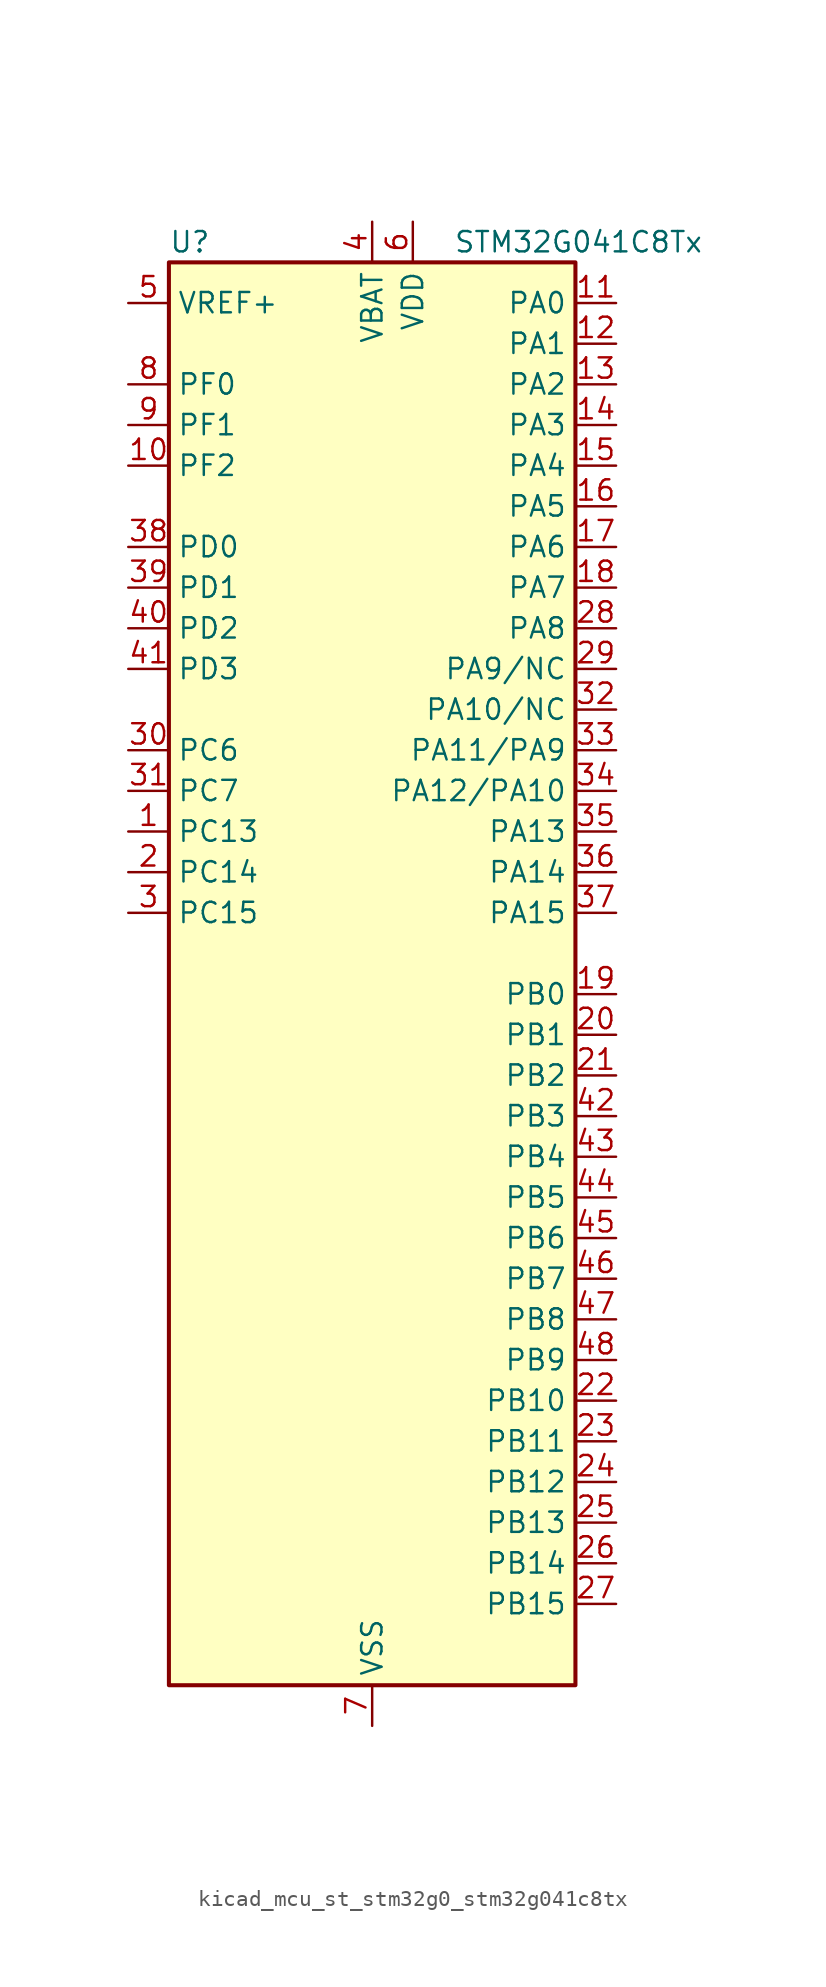
<source format=kicad_sym>
(kicad_symbol_lib
  (version 20220914)
  (generator kicad_symbol_editor)
  (symbol "kicad_mcu_st_stm32g0_stm32g041c8tx"
    (property "Reference" "U"
      (at -12.7 46.99 0)
      (effects (font (size 1.27 1.27)) (justify left)))
    (property "Value" "STM32G041C8Tx"
      (at 5.08 46.99 0)
      (effects (font (size 1.27 1.27)) (justify left)))
    (property "ki_locked" ""
      (at 0 0 0)
      (effects (font (size 1.27 1.27))))
    (symbol "kicad_mcu_st_stm32g0_stm32g041c8tx_0_1"
      (rectangle (start -12.7 -43.18) (end 12.7 45.72) (stroke (width 0.254) (type default)) (fill (type background))))
    (symbol "kicad_mcu_st_stm32g0_stm32g041c8tx_1_1"
      (pin bidirectional line (at -15.24 10.16 0) (length 2.54) (name "PC13" (effects (font (size 1.27 1.27)))) (number "1" (effects (font (size 1.27 1.27)))) (alternate "RTC_OUT_ALARM" bidirectional line) (alternate "RTC_OUT_CALIB" bidirectional line) (alternate "RTC_TAMP_IN1" bidirectional line) (alternate "RTC_TS" bidirectional line) (alternate "SYS_WKUP2" bidirectional line) (alternate "TIM1_BK" bidirectional line))
      (pin bidirectional line (at -15.24 33.02 0) (length 2.54) (name "PF2" (effects (font (size 1.27 1.27)))) (number "10" (effects (font (size 1.27 1.27)))) (alternate "RCC_MCO" bidirectional line))
      (pin bidirectional line (at 15.24 43.18 180) (length 2.54) (name "PA0" (effects (font (size 1.27 1.27)))) (number "11" (effects (font (size 1.27 1.27)))) (alternate "ADC1_IN0" bidirectional line) (alternate "LPTIM1_OUT" bidirectional line) (alternate "RTC_TAMP_IN2" bidirectional line) (alternate "SPI2_SCK" bidirectional line) (alternate "SYS_WKUP1" bidirectional line) (alternate "TIM2_CH1" bidirectional line) (alternate "TIM2_ETR" bidirectional line) (alternate "USART2_CTS" bidirectional line) (alternate "USART2_NSS" bidirectional line))
      (pin bidirectional line (at 15.24 40.64 180) (length 2.54) (name "PA1" (effects (font (size 1.27 1.27)))) (number "12" (effects (font (size 1.27 1.27)))) (alternate "ADC1_IN1" bidirectional line) (alternate "I2C1_SMBA" bidirectional line) (alternate "I2S1_CK" bidirectional line) (alternate "SPI1_SCK" bidirectional line) (alternate "TIM2_CH2" bidirectional line) (alternate "USART2_CK" bidirectional line) (alternate "USART2_DE" bidirectional line) (alternate "USART2_RTS" bidirectional line))
      (pin bidirectional line (at 15.24 38.1 180) (length 2.54) (name "PA2" (effects (font (size 1.27 1.27)))) (number "13" (effects (font (size 1.27 1.27)))) (alternate "ADC1_IN2" bidirectional line) (alternate "I2S1_SD" bidirectional line) (alternate "LPUART1_TX" bidirectional line) (alternate "RCC_LSCO" bidirectional line) (alternate "SPI1_MOSI" bidirectional line) (alternate "SYS_WKUP4" bidirectional line) (alternate "TIM2_CH3" bidirectional line) (alternate "USART2_TX" bidirectional line))
      (pin bidirectional line (at 15.24 35.56 180) (length 2.54) (name "PA3" (effects (font (size 1.27 1.27)))) (number "14" (effects (font (size 1.27 1.27)))) (alternate "ADC1_IN3" bidirectional line) (alternate "LPUART1_RX" bidirectional line) (alternate "SPI2_MISO" bidirectional line) (alternate "TIM2_CH4" bidirectional line) (alternate "USART2_RX" bidirectional line))
      (pin bidirectional line (at 15.24 33.02 180) (length 2.54) (name "PA4" (effects (font (size 1.27 1.27)))) (number "15" (effects (font (size 1.27 1.27)))) (alternate "ADC1_IN4" bidirectional line) (alternate "I2S1_WS" bidirectional line) (alternate "LPTIM2_OUT" bidirectional line) (alternate "RTC_OUT_ALARM" bidirectional line) (alternate "RTC_OUT_CALIB" bidirectional line) (alternate "SPI1_NSS" bidirectional line) (alternate "SPI2_MOSI" bidirectional line) (alternate "TIM14_CH1" bidirectional line))
      (pin bidirectional line (at 15.24 30.48 180) (length 2.54) (name "PA5" (effects (font (size 1.27 1.27)))) (number "16" (effects (font (size 1.27 1.27)))) (alternate "ADC1_IN5" bidirectional line) (alternate "I2S1_CK" bidirectional line) (alternate "LPTIM2_ETR" bidirectional line) (alternate "SPI1_SCK" bidirectional line) (alternate "TIM2_CH1" bidirectional line) (alternate "TIM2_ETR" bidirectional line))
      (pin bidirectional line (at 15.24 27.94 180) (length 2.54) (name "PA6" (effects (font (size 1.27 1.27)))) (number "17" (effects (font (size 1.27 1.27)))) (alternate "ADC1_IN6" bidirectional line) (alternate "I2S1_MCK" bidirectional line) (alternate "LPUART1_CTS" bidirectional line) (alternate "SPI1_MISO" bidirectional line) (alternate "TIM16_CH1" bidirectional line) (alternate "TIM1_BK" bidirectional line) (alternate "TIM3_CH1" bidirectional line))
      (pin bidirectional line (at 15.24 25.4 180) (length 2.54) (name "PA7" (effects (font (size 1.27 1.27)))) (number "18" (effects (font (size 1.27 1.27)))) (alternate "ADC1_IN7" bidirectional line) (alternate "I2S1_SD" bidirectional line) (alternate "SPI1_MOSI" bidirectional line) (alternate "TIM14_CH1" bidirectional line) (alternate "TIM17_CH1" bidirectional line) (alternate "TIM1_CH1N" bidirectional line) (alternate "TIM3_CH2" bidirectional line))
      (pin bidirectional line (at 15.24 0 180) (length 2.54) (name "PB0" (effects (font (size 1.27 1.27)))) (number "19" (effects (font (size 1.27 1.27)))) (alternate "ADC1_IN8" bidirectional line) (alternate "I2S1_WS" bidirectional line) (alternate "LPTIM1_OUT" bidirectional line) (alternate "SPI1_NSS" bidirectional line) (alternate "TIM1_CH2N" bidirectional line) (alternate "TIM3_CH3" bidirectional line))
      (pin bidirectional line (at -15.24 7.62 0) (length 2.54) (name "PC14" (effects (font (size 1.27 1.27)))) (number "2" (effects (font (size 1.27 1.27)))) (alternate "RCC_OSC32_IN" bidirectional line) (alternate "TIM1_BK2" bidirectional line))
      (pin bidirectional line (at 15.24 -2.54 180) (length 2.54) (name "PB1" (effects (font (size 1.27 1.27)))) (number "20" (effects (font (size 1.27 1.27)))) (alternate "ADC1_IN9" bidirectional line) (alternate "LPTIM2_IN1" bidirectional line) (alternate "LPUART1_DE" bidirectional line) (alternate "LPUART1_RTS" bidirectional line) (alternate "TIM14_CH1" bidirectional line) (alternate "TIM1_CH3N" bidirectional line) (alternate "TIM3_CH4" bidirectional line))
      (pin bidirectional line (at 15.24 -5.08 180) (length 2.54) (name "PB2" (effects (font (size 1.27 1.27)))) (number "21" (effects (font (size 1.27 1.27)))) (alternate "ADC1_IN10" bidirectional line) (alternate "LPTIM1_OUT" bidirectional line) (alternate "SPI2_MISO" bidirectional line))
      (pin bidirectional line (at 15.24 -25.4 180) (length 2.54) (name "PB10" (effects (font (size 1.27 1.27)))) (number "22" (effects (font (size 1.27 1.27)))) (alternate "ADC1_IN11" bidirectional line) (alternate "I2C2_SCL" bidirectional line) (alternate "LPUART1_RX" bidirectional line) (alternate "SPI2_SCK" bidirectional line) (alternate "TIM2_CH3" bidirectional line))
      (pin bidirectional line (at 15.24 -27.94 180) (length 2.54) (name "PB11" (effects (font (size 1.27 1.27)))) (number "23" (effects (font (size 1.27 1.27)))) (alternate "ADC1_EXTI11" bidirectional line) (alternate "ADC1_IN15" bidirectional line) (alternate "I2C2_SDA" bidirectional line) (alternate "LPUART1_TX" bidirectional line) (alternate "SPI2_MOSI" bidirectional line) (alternate "TIM2_CH4" bidirectional line))
      (pin bidirectional line (at 15.24 -30.48 180) (length 2.54) (name "PB12" (effects (font (size 1.27 1.27)))) (number "24" (effects (font (size 1.27 1.27)))) (alternate "ADC1_IN16" bidirectional line) (alternate "LPUART1_DE" bidirectional line) (alternate "LPUART1_RTS" bidirectional line) (alternate "SPI2_NSS" bidirectional line) (alternate "TIM1_BK" bidirectional line))
      (pin bidirectional line (at 15.24 -33.02 180) (length 2.54) (name "PB13" (effects (font (size 1.27 1.27)))) (number "25" (effects (font (size 1.27 1.27)))) (alternate "I2C2_SCL" bidirectional line) (alternate "LPUART1_CTS" bidirectional line) (alternate "SPI2_SCK" bidirectional line) (alternate "TIM1_CH1N" bidirectional line))
      (pin bidirectional line (at 15.24 -35.56 180) (length 2.54) (name "PB14" (effects (font (size 1.27 1.27)))) (number "26" (effects (font (size 1.27 1.27)))) (alternate "I2C2_SDA" bidirectional line) (alternate "SPI2_MISO" bidirectional line) (alternate "TIM1_CH2N" bidirectional line))
      (pin bidirectional line (at 15.24 -38.1 180) (length 2.54) (name "PB15" (effects (font (size 1.27 1.27)))) (number "27" (effects (font (size 1.27 1.27)))) (alternate "RTC_REFIN" bidirectional line) (alternate "SPI2_MOSI" bidirectional line) (alternate "TIM1_CH3N" bidirectional line))
      (pin bidirectional line (at 15.24 22.86 180) (length 2.54) (name "PA8" (effects (font (size 1.27 1.27)))) (number "28" (effects (font (size 1.27 1.27)))) (alternate "LPTIM2_OUT" bidirectional line) (alternate "RCC_MCO" bidirectional line) (alternate "SPI2_NSS" bidirectional line) (alternate "TIM1_CH1" bidirectional line))
      (pin bidirectional line (at 15.24 20.32 180) (length 2.54) (name "PA9/NC" (effects (font (size 1.27 1.27)))) (number "29" (effects (font (size 1.27 1.27)))) (alternate "I2C1_SCL" bidirectional line) (alternate "RCC_MCO" bidirectional line) (alternate "SPI2_MISO" bidirectional line) (alternate "TIM1_CH2" bidirectional line) (alternate "USART1_TX" bidirectional line))
      (pin bidirectional line (at -15.24 5.08 0) (length 2.54) (name "PC15" (effects (font (size 1.27 1.27)))) (number "3" (effects (font (size 1.27 1.27)))) (alternate "RCC_OSC32_EN" bidirectional line) (alternate "RCC_OSC32_OUT" bidirectional line) (alternate "RCC_OSC_EN" bidirectional line))
      (pin bidirectional line (at -15.24 15.24 0) (length 2.54) (name "PC6" (effects (font (size 1.27 1.27)))) (number "30" (effects (font (size 1.27 1.27)))) (alternate "TIM2_CH3" bidirectional line) (alternate "TIM3_CH1" bidirectional line))
      (pin bidirectional line (at -15.24 12.7 0) (length 2.54) (name "PC7" (effects (font (size 1.27 1.27)))) (number "31" (effects (font (size 1.27 1.27)))) (alternate "TIM2_CH4" bidirectional line) (alternate "TIM3_CH2" bidirectional line))
      (pin bidirectional line (at 15.24 17.78 180) (length 2.54) (name "PA10/NC" (effects (font (size 1.27 1.27)))) (number "32" (effects (font (size 1.27 1.27)))) (alternate "I2C1_SDA" bidirectional line) (alternate "SPI2_MOSI" bidirectional line) (alternate "TIM17_BK" bidirectional line) (alternate "TIM1_CH3" bidirectional line) (alternate "USART1_RX" bidirectional line))
      (pin bidirectional line (at 15.24 15.24 180) (length 2.54) (name "PA11/PA9" (effects (font (size 1.27 1.27)))) (number "33" (effects (font (size 1.27 1.27)))) (alternate "ADC1_EXTI11" bidirectional line) (alternate "I2C2_SCL" bidirectional line) (alternate "I2S1_MCK" bidirectional line) (alternate "SPI1_MISO" bidirectional line) (alternate "TIM1_BK2" bidirectional line) (alternate "TIM1_CH4" bidirectional line) (alternate "USART1_CTS" bidirectional line) (alternate "USART1_NSS" bidirectional line))
      (pin bidirectional line (at 15.24 12.7 180) (length 2.54) (name "PA12/PA10" (effects (font (size 1.27 1.27)))) (number "34" (effects (font (size 1.27 1.27)))) (alternate "I2C2_SDA" bidirectional line) (alternate "I2S1_SD" bidirectional line) (alternate "I2S_CKIN" bidirectional line) (alternate "SPI1_MOSI" bidirectional line) (alternate "TIM1_ETR" bidirectional line) (alternate "USART1_CK" bidirectional line) (alternate "USART1_DE" bidirectional line) (alternate "USART1_RTS" bidirectional line))
      (pin bidirectional line (at 15.24 10.16 180) (length 2.54) (name "PA13" (effects (font (size 1.27 1.27)))) (number "35" (effects (font (size 1.27 1.27)))) (alternate "ADC1_IN17" bidirectional line) (alternate "IR_OUT" bidirectional line) (alternate "SYS_SWDIO" bidirectional line))
      (pin bidirectional line (at 15.24 7.62 180) (length 2.54) (name "PA14" (effects (font (size 1.27 1.27)))) (number "36" (effects (font (size 1.27 1.27)))) (alternate "ADC1_IN18" bidirectional line) (alternate "SYS_SWCLK" bidirectional line) (alternate "USART2_TX" bidirectional line))
      (pin bidirectional line (at 15.24 5.08 180) (length 2.54) (name "PA15" (effects (font (size 1.27 1.27)))) (number "37" (effects (font (size 1.27 1.27)))) (alternate "I2S1_WS" bidirectional line) (alternate "SPI1_NSS" bidirectional line) (alternate "TIM2_CH1" bidirectional line) (alternate "TIM2_ETR" bidirectional line) (alternate "USART2_RX" bidirectional line))
      (pin bidirectional line (at -15.24 27.94 0) (length 2.54) (name "PD0" (effects (font (size 1.27 1.27)))) (number "38" (effects (font (size 1.27 1.27)))) (alternate "SPI2_NSS" bidirectional line) (alternate "TIM16_CH1" bidirectional line))
      (pin bidirectional line (at -15.24 25.4 0) (length 2.54) (name "PD1" (effects (font (size 1.27 1.27)))) (number "39" (effects (font (size 1.27 1.27)))) (alternate "SPI2_SCK" bidirectional line) (alternate "TIM17_CH1" bidirectional line))
      (pin power_in line (at 0 48.26 270) (length 2.54) (name "VBAT" (effects (font (size 1.27 1.27)))) (number "4" (effects (font (size 1.27 1.27)))))
      (pin bidirectional line (at -15.24 22.86 0) (length 2.54) (name "PD2" (effects (font (size 1.27 1.27)))) (number "40" (effects (font (size 1.27 1.27)))) (alternate "TIM1_CH1N" bidirectional line) (alternate "TIM3_ETR" bidirectional line))
      (pin bidirectional line (at -15.24 20.32 0) (length 2.54) (name "PD3" (effects (font (size 1.27 1.27)))) (number "41" (effects (font (size 1.27 1.27)))) (alternate "SPI2_MISO" bidirectional line) (alternate "TIM1_CH2N" bidirectional line) (alternate "USART2_CTS" bidirectional line) (alternate "USART2_NSS" bidirectional line))
      (pin bidirectional line (at 15.24 -7.62 180) (length 2.54) (name "PB3" (effects (font (size 1.27 1.27)))) (number "42" (effects (font (size 1.27 1.27)))) (alternate "I2S1_CK" bidirectional line) (alternate "SPI1_SCK" bidirectional line) (alternate "TIM1_CH2" bidirectional line) (alternate "TIM2_CH2" bidirectional line) (alternate "USART1_CK" bidirectional line) (alternate "USART1_DE" bidirectional line) (alternate "USART1_RTS" bidirectional line))
      (pin bidirectional line (at 15.24 -10.16 180) (length 2.54) (name "PB4" (effects (font (size 1.27 1.27)))) (number "43" (effects (font (size 1.27 1.27)))) (alternate "I2S1_MCK" bidirectional line) (alternate "SPI1_MISO" bidirectional line) (alternate "TIM17_BK" bidirectional line) (alternate "TIM3_CH1" bidirectional line) (alternate "USART1_CTS" bidirectional line) (alternate "USART1_NSS" bidirectional line))
      (pin bidirectional line (at 15.24 -12.7 180) (length 2.54) (name "PB5" (effects (font (size 1.27 1.27)))) (number "44" (effects (font (size 1.27 1.27)))) (alternate "I2C1_SMBA" bidirectional line) (alternate "I2S1_SD" bidirectional line) (alternate "LPTIM1_IN1" bidirectional line) (alternate "SPI1_MOSI" bidirectional line) (alternate "SYS_WKUP6" bidirectional line) (alternate "TIM16_BK" bidirectional line) (alternate "TIM3_CH2" bidirectional line))
      (pin bidirectional line (at 15.24 -15.24 180) (length 2.54) (name "PB6" (effects (font (size 1.27 1.27)))) (number "45" (effects (font (size 1.27 1.27)))) (alternate "I2C1_SCL" bidirectional line) (alternate "LPTIM1_ETR" bidirectional line) (alternate "SPI2_MISO" bidirectional line) (alternate "TIM16_CH1N" bidirectional line) (alternate "TIM1_CH3" bidirectional line) (alternate "USART1_TX" bidirectional line))
      (pin bidirectional line (at 15.24 -17.78 180) (length 2.54) (name "PB7" (effects (font (size 1.27 1.27)))) (number "46" (effects (font (size 1.27 1.27)))) (alternate "I2C1_SDA" bidirectional line) (alternate "LPTIM1_IN2" bidirectional line) (alternate "SPI2_MOSI" bidirectional line) (alternate "SYS_PVD_IN" bidirectional line) (alternate "TIM17_CH1N" bidirectional line) (alternate "USART1_RX" bidirectional line))
      (pin bidirectional line (at 15.24 -20.32 180) (length 2.54) (name "PB8" (effects (font (size 1.27 1.27)))) (number "47" (effects (font (size 1.27 1.27)))) (alternate "I2C1_SCL" bidirectional line) (alternate "SPI2_SCK" bidirectional line) (alternate "TIM16_CH1" bidirectional line))
      (pin bidirectional line (at 15.24 -22.86 180) (length 2.54) (name "PB9" (effects (font (size 1.27 1.27)))) (number "48" (effects (font (size 1.27 1.27)))) (alternate "I2C1_SDA" bidirectional line) (alternate "IR_OUT" bidirectional line) (alternate "SPI2_NSS" bidirectional line) (alternate "TIM17_CH1" bidirectional line))
      (pin input line (at -15.24 43.18 0) (length 2.54) (name "VREF+" (effects (font (size 1.27 1.27)))) (number "5" (effects (font (size 1.27 1.27)))) (alternate "VREFBUF_OUT" bidirectional line))
      (pin power_in line (at 2.54 48.26 270) (length 2.54) (name "VDD" (effects (font (size 1.27 1.27)))) (number "6" (effects (font (size 1.27 1.27)))))
      (pin power_in line (at 0 -45.72 90) (length 2.54) (name "VSS" (effects (font (size 1.27 1.27)))) (number "7" (effects (font (size 1.27 1.27)))))
      (pin bidirectional line (at -15.24 38.1 0) (length 2.54) (name "PF0" (effects (font (size 1.27 1.27)))) (number "8" (effects (font (size 1.27 1.27)))) (alternate "RCC_OSC_IN" bidirectional line) (alternate "TIM14_CH1" bidirectional line))
      (pin bidirectional line (at -15.24 35.56 0) (length 2.54) (name "PF1" (effects (font (size 1.27 1.27)))) (number "9" (effects (font (size 1.27 1.27)))) (alternate "RCC_OSC_EN" bidirectional line) (alternate "RCC_OSC_OUT" bidirectional line)))))
</source>
